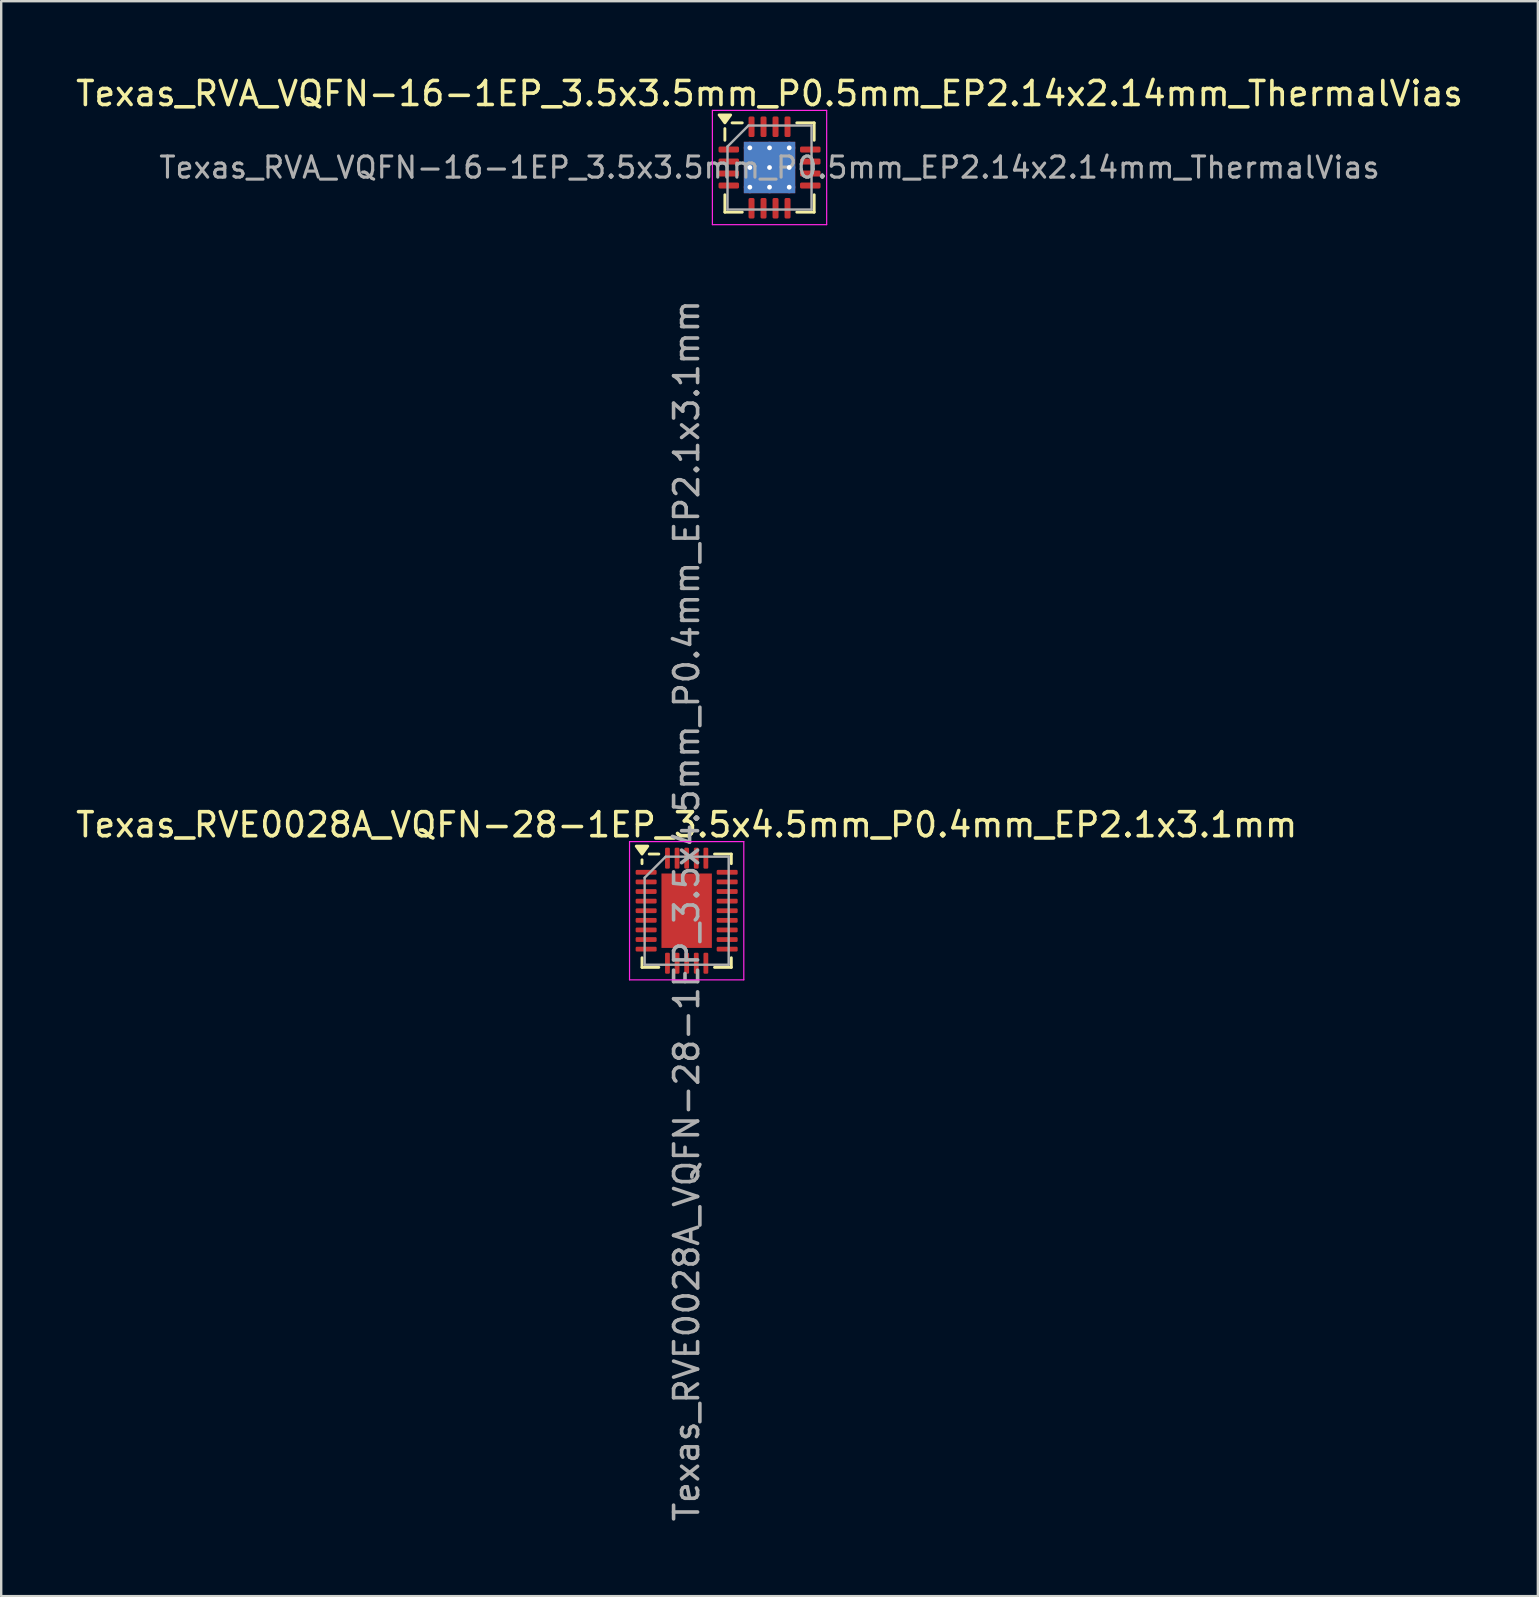
<source format=kicad_pcb>
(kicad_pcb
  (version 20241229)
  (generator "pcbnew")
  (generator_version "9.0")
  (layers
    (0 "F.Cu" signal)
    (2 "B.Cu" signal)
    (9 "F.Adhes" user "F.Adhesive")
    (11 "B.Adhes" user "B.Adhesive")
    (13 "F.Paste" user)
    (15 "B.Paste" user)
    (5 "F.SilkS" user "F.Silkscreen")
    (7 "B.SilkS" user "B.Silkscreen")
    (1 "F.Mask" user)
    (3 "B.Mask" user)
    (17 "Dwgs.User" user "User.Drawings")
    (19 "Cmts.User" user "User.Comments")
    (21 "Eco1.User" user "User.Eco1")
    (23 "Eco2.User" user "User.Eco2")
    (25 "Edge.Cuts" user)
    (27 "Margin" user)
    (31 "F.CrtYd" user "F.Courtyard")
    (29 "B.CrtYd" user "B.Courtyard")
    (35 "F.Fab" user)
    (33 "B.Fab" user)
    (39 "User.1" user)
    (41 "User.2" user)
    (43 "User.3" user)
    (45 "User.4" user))
  (footprint "Texas_RVA_VQFN-16-1EP_3.5x3.5mm_P0.5mm_EP2.14x2.14mm_ThermalVias"
    (layer "F.Cu")
    (at 29.006 3.928)
    (property "Reference" "Texas_RVA_VQFN-16-1EP_3.5x3.5mm_P0.5mm_EP2.14x2.14mm_ThermalVias" (at 0 -3.08 0) (layer "F.SilkS") (effects (font (size 1 1) (thickness 0.15))))
    (attr smd)
    (fp_line (start -1.86 -1.135) (end -1.86 -1.62) (stroke (width 0.12) (type solid)) (layer "F.SilkS"))
    (fp_line (start -1.86 1.86) (end -1.86 1.135) (stroke (width 0.12) (type solid)) (layer "F.SilkS"))
    (fp_line (start -1.135 -1.86) (end -1.56 -1.86) (stroke (width 0.12) (type solid)) (layer "F.SilkS"))
    (fp_line (start -1.135 1.86) (end -1.86 1.86) (stroke (width 0.12) (type solid)) (layer "F.SilkS"))
    (fp_line (start 1.135 -1.86) (end 1.86 -1.86) (stroke (width 0.12) (type solid)) (layer "F.SilkS"))
    (fp_line (start 1.135 1.86) (end 1.86 1.86) (stroke (width 0.12) (type solid)) (layer "F.SilkS"))
    (fp_line (start 1.86 -1.86) (end 1.86 -1.135) (stroke (width 0.12) (type solid)) (layer "F.SilkS"))
    (fp_line (start 1.86 1.86) (end 1.86 1.135) (stroke (width 0.12) (type solid)) (layer "F.SilkS"))
    (fp_poly (pts (xy -1.86 -1.86) (xy -2.1 -2.19) (xy -1.62 -2.19) (xy -1.86 -1.86)) (stroke (width 0.12) (type solid)) (fill yes) (layer "F.SilkS"))
    (fp_line (start -2.38 -2.38) (end -2.38 2.38) (stroke (width 0.05) (type solid)) (layer "F.CrtYd"))
    (fp_line (start -2.38 2.38) (end 2.38 2.38) (stroke (width 0.05) (type solid)) (layer "F.CrtYd"))
    (fp_line (start 2.38 -2.38) (end -2.38 -2.38) (stroke (width 0.05) (type solid)) (layer "F.CrtYd"))
    (fp_line (start 2.38 2.38) (end 2.38 -2.38) (stroke (width 0.05) (type solid)) (layer "F.CrtYd"))
    (fp_line (start -1.75 -0.875) (end -0.875 -1.75) (stroke (width 0.1) (type solid)) (layer "F.Fab"))
    (fp_line (start -1.75 1.75) (end -1.75 -0.875) (stroke (width 0.1) (type solid)) (layer "F.Fab"))
    (fp_line (start -0.875 -1.75) (end 1.75 -1.75) (stroke (width 0.1) (type solid)) (layer "F.Fab"))
    (fp_line (start 1.75 -1.75) (end 1.75 1.75) (stroke (width 0.1) (type solid)) (layer "F.Fab"))
    (fp_line (start 1.75 1.75) (end -1.75 1.75) (stroke (width 0.1) (type solid)) (layer "F.Fab"))
    (fp_text user "${REFERENCE}" (at 0 0 0) (layer "F.Fab") (effects (font (size 0.88 0.88) (thickness 0.13))))
    (pad "" smd custom (at -0.41 -0.41) (size 0.601 0.601) (layers "F.Paste") (options (anchor circle)) (primitives (gr_poly (pts (xy -0.223 -0.095) (xy -0.095 -0.223) (xy 0.095 -0.223) (xy 0.223 -0.095) (xy 0.223 0.095) (xy 0.095 0.223) (xy -0.095 0.223) (xy -0.223 0.095)) (width 0.31) (fill yes))))
    (pad "" smd custom (at -0.41 0.41) (size 0.601 0.601) (layers "F.Paste") (options (anchor circle)) (primitives (gr_poly (pts (xy -0.223 -0.095) (xy -0.095 -0.223) (xy 0.095 -0.223) (xy 0.223 -0.095) (xy 0.223 0.095) (xy 0.095 0.223) (xy -0.095 0.223) (xy -0.223 0.095)) (width 0.31) (fill yes))))
    (pad "" smd custom (at 0.41 -0.41) (size 0.601 0.601) (layers "F.Paste") (options (anchor circle)) (primitives (gr_poly (pts (xy -0.223 -0.095) (xy -0.095 -0.223) (xy 0.095 -0.223) (xy 0.223 -0.095) (xy 0.223 0.095) (xy 0.095 0.223) (xy -0.095 0.223) (xy -0.223 0.095)) (width 0.31) (fill yes))))
    (pad "" smd custom (at 0.41 0.41) (size 0.601 0.601) (layers "F.Paste") (options (anchor circle)) (primitives (gr_poly (pts (xy -0.223 -0.095) (xy -0.095 -0.223) (xy 0.095 -0.223) (xy 0.223 -0.095) (xy 0.223 0.095) (xy 0.095 0.223) (xy -0.095 0.223) (xy -0.223 0.095)) (width 0.31) (fill yes))))
    (pad "1" smd roundrect (at -1.698 -0.75) (size 0.855 0.25) (layers "F.Cu" "F.Mask" "F.Paste") (roundrect_rratio 0.25))
    (pad "2" smd roundrect (at -1.698 -0.25) (size 0.855 0.25) (layers "F.Cu" "F.Mask" "F.Paste") (roundrect_rratio 0.25))
    (pad "3" smd roundrect (at -1.698 0.25) (size 0.855 0.25) (layers "F.Cu" "F.Mask" "F.Paste") (roundrect_rratio 0.25))
    (pad "4" smd roundrect (at -1.698 0.75) (size 0.855 0.25) (layers "F.Cu" "F.Mask" "F.Paste") (roundrect_rratio 0.25))
    (pad "5" smd roundrect (at -0.75 1.698) (size 0.25 0.855) (layers "F.Cu" "F.Mask" "F.Paste") (roundrect_rratio 0.25))
    (pad "6" smd roundrect (at -0.25 1.698) (size 0.25 0.855) (layers "F.Cu" "F.Mask" "F.Paste") (roundrect_rratio 0.25))
    (pad "7" smd roundrect (at 0.25 1.698) (size 0.25 0.855) (layers "F.Cu" "F.Mask" "F.Paste") (roundrect_rratio 0.25))
    (pad "8" smd roundrect (at 0.75 1.698) (size 0.25 0.855) (layers "F.Cu" "F.Mask" "F.Paste") (roundrect_rratio 0.25))
    (pad "9" smd roundrect (at 1.698 0.75) (size 0.855 0.25) (layers "F.Cu" "F.Mask" "F.Paste") (roundrect_rratio 0.25))
    (pad "10" smd roundrect (at 1.698 0.25) (size 0.855 0.25) (layers "F.Cu" "F.Mask" "F.Paste") (roundrect_rratio 0.25))
    (pad "11" smd roundrect (at 1.698 -0.25) (size 0.855 0.25) (layers "F.Cu" "F.Mask" "F.Paste") (roundrect_rratio 0.25))
    (pad "12" smd roundrect (at 1.698 -0.75) (size 0.855 0.25) (layers "F.Cu" "F.Mask" "F.Paste") (roundrect_rratio 0.25))
    (pad "13" smd roundrect (at 0.75 -1.698) (size 0.25 0.855) (layers "F.Cu" "F.Mask" "F.Paste") (roundrect_rratio 0.25))
    (pad "14" smd roundrect (at 0.25 -1.698) (size 0.25 0.855) (layers "F.Cu" "F.Mask" "F.Paste") (roundrect_rratio 0.25))
    (pad "15" smd roundrect (at -0.25 -1.698) (size 0.25 0.855) (layers "F.Cu" "F.Mask" "F.Paste") (roundrect_rratio 0.25))
    (pad "16" smd roundrect (at -0.75 -1.698) (size 0.25 0.855) (layers "F.Cu" "F.Mask" "F.Paste") (roundrect_rratio 0.25))
    (pad "17" thru_hole circle (at -0.82 -0.82) (size 0.5 0.5) (drill 0.2) (property pad_prop_heatsink) (layers "*.Cu"))
    (pad "17" thru_hole circle (at -0.82 0) (size 0.5 0.5) (drill 0.2) (property pad_prop_heatsink) (layers "*.Cu"))
    (pad "17" thru_hole circle (at -0.82 0.82) (size 0.5 0.5) (drill 0.2) (property pad_prop_heatsink) (layers "*.Cu"))
    (pad "17" thru_hole circle (at 0 -0.82) (size 0.5 0.5) (drill 0.2) (property pad_prop_heatsink) (layers "*.Cu"))
    (pad "17" thru_hole circle (at 0 0) (size 0.5 0.5) (drill 0.2) (property pad_prop_heatsink) (layers "*.Cu"))
    (pad "17" smd rect (at 0 0) (size 2.14 2.14) (property pad_prop_heatsink) (layers "F.Cu" "F.Mask"))
    (pad "17" smd rect (at 0 0) (size 2.14 2.14) (property pad_prop_heatsink) (layers "B.Cu"))
    (pad "17" thru_hole circle (at 0 0.82) (size 0.5 0.5) (drill 0.2) (property pad_prop_heatsink) (layers "*.Cu"))
    (pad "17" thru_hole circle (at 0.82 -0.82) (size 0.5 0.5) (drill 0.2) (property pad_prop_heatsink) (layers "*.Cu"))
    (pad "17" thru_hole circle (at 0.82 0) (size 0.5 0.5) (drill 0.2) (property pad_prop_heatsink) (layers "*.Cu"))
    (pad "17" thru_hole circle (at 0.82 0.82) (size 0.5 0.5) (drill 0.2) (property pad_prop_heatsink) (layers "*.Cu")))
  (footprint "Texas_RVE0028A_VQFN-28-1EP_3.5x4.5mm_P0.4mm_EP2.1x3.1mm"
    (layer "F.Cu")
    (at 25.554 34.887)
    (property "Reference" "Texas_RVE0028A_VQFN-28-1EP_3.5x4.5mm_P0.4mm_EP2.1x3.1mm" (at 0 -3.58 0) (layer "F.SilkS") (effects (font (size 1 1) (thickness 0.15))))
    (attr smd)
    (fp_line (start -1.86 -1.96) (end -1.86 -2.12) (stroke (width 0.12) (type solid)) (layer "F.SilkS"))
    (fp_line (start -1.86 2.36) (end -1.86 1.96) (stroke (width 0.12) (type solid)) (layer "F.SilkS"))
    (fp_line (start -1.16 -2.36) (end -1.56 -2.36) (stroke (width 0.12) (type solid)) (layer "F.SilkS"))
    (fp_line (start -1.16 2.36) (end -1.86 2.36) (stroke (width 0.12) (type solid)) (layer "F.SilkS"))
    (fp_line (start 1.16 -2.36) (end 1.86 -2.36) (stroke (width 0.12) (type solid)) (layer "F.SilkS"))
    (fp_line (start 1.16 2.36) (end 1.86 2.36) (stroke (width 0.12) (type solid)) (layer "F.SilkS"))
    (fp_line (start 1.86 -2.36) (end 1.86 -1.96) (stroke (width 0.12) (type solid)) (layer "F.SilkS"))
    (fp_line (start 1.86 2.36) (end 1.86 1.96) (stroke (width 0.12) (type solid)) (layer "F.SilkS"))
    (fp_poly (pts (xy -1.86 -2.36) (xy -2.1 -2.69) (xy -1.62 -2.69) (xy -1.86 -2.36)) (stroke (width 0.12) (type solid)) (fill yes) (layer "F.SilkS"))
    (fp_line (start -2.38 -2.88) (end -2.38 2.88) (stroke (width 0.05) (type solid)) (layer "F.CrtYd"))
    (fp_line (start -2.38 2.88) (end 2.38 2.88) (stroke (width 0.05) (type solid)) (layer "F.CrtYd"))
    (fp_line (start 2.38 -2.88) (end -2.38 -2.88) (stroke (width 0.05) (type solid)) (layer "F.CrtYd"))
    (fp_line (start 2.38 2.88) (end 2.38 -2.88) (stroke (width 0.05) (type solid)) (layer "F.CrtYd"))
    (fp_line (start -1.75 -1.375) (end -0.875 -2.25) (stroke (width 0.1) (type solid)) (layer "F.Fab"))
    (fp_line (start -1.75 2.25) (end -1.75 -1.375) (stroke (width 0.1) (type solid)) (layer "F.Fab"))
    (fp_line (start -0.875 -2.25) (end 1.75 -2.25) (stroke (width 0.1) (type solid)) (layer "F.Fab"))
    (fp_line (start 1.75 -2.25) (end 1.75 2.25) (stroke (width 0.1) (type solid)) (layer "F.Fab"))
    (fp_line (start 1.75 2.25) (end -1.75 2.25) (stroke (width 0.1) (type solid)) (layer "F.Fab"))
    (fp_text user "${REFERENCE}" (at 0 0 90) (layer "F.Fab") (effects (font (size 1 1) (thickness 0.15))))
    (pad "" smd roundrect (at -0.525 -0.775) (size 0.85 1.25) (layers "F.Paste") (roundrect_rratio 0.25))
    (pad "" smd roundrect (at -0.525 0.775) (size 0.85 1.25) (layers "F.Paste") (roundrect_rratio 0.25))
    (pad "" smd roundrect (at 0.525 -0.775) (size 0.85 1.25) (layers "F.Paste") (roundrect_rratio 0.25))
    (pad "" smd roundrect (at 0.525 0.775) (size 0.85 1.25) (layers "F.Paste") (roundrect_rratio 0.25))
    (pad "1" smd roundrect (at -1.688 -1.6) (size 0.875 0.2) (layers "F.Cu" "F.Mask" "F.Paste") (roundrect_rratio 0.25))
    (pad "2" smd roundrect (at -1.688 -1.2) (size 0.875 0.2) (layers "F.Cu" "F.Mask" "F.Paste") (roundrect_rratio 0.25))
    (pad "3" smd roundrect (at -1.688 -0.8) (size 0.875 0.2) (layers "F.Cu" "F.Mask" "F.Paste") (roundrect_rratio 0.25))
    (pad "4" smd roundrect (at -1.688 -0.4) (size 0.875 0.2) (layers "F.Cu" "F.Mask" "F.Paste") (roundrect_rratio 0.25))
    (pad "5" smd roundrect (at -1.688 0) (size 0.875 0.2) (layers "F.Cu" "F.Mask" "F.Paste") (roundrect_rratio 0.25))
    (pad "6" smd roundrect (at -1.688 0.4) (size 0.875 0.2) (layers "F.Cu" "F.Mask" "F.Paste") (roundrect_rratio 0.25))
    (pad "7" smd roundrect (at -1.688 0.8) (size 0.875 0.2) (layers "F.Cu" "F.Mask" "F.Paste") (roundrect_rratio 0.25))
    (pad "8" smd roundrect (at -1.688 1.2) (size 0.875 0.2) (layers "F.Cu" "F.Mask" "F.Paste") (roundrect_rratio 0.25))
    (pad "9" smd roundrect (at -1.688 1.6) (size 0.875 0.2) (layers "F.Cu" "F.Mask" "F.Paste") (roundrect_rratio 0.25))
    (pad "10" smd roundrect (at -0.8 2.188) (size 0.2 0.875) (layers "F.Cu" "F.Mask" "F.Paste") (roundrect_rratio 0.25))
    (pad "11" smd roundrect (at -0.4 2.188) (size 0.2 0.875) (layers "F.Cu" "F.Mask" "F.Paste") (roundrect_rratio 0.25))
    (pad "12" smd roundrect (at 0 2.188) (size 0.2 0.875) (layers "F.Cu" "F.Mask" "F.Paste") (roundrect_rratio 0.25))
    (pad "13" smd roundrect (at 0.4 2.188) (size 0.2 0.875) (layers "F.Cu" "F.Mask" "F.Paste") (roundrect_rratio 0.25))
    (pad "14" smd roundrect (at 0.8 2.188) (size 0.2 0.875) (layers "F.Cu" "F.Mask" "F.Paste") (roundrect_rratio 0.25))
    (pad "15" smd roundrect (at 1.688 1.6) (size 0.875 0.2) (layers "F.Cu" "F.Mask" "F.Paste") (roundrect_rratio 0.25))
    (pad "16" smd roundrect (at 1.688 1.2) (size 0.875 0.2) (layers "F.Cu" "F.Mask" "F.Paste") (roundrect_rratio 0.25))
    (pad "17" smd roundrect (at 1.688 0.8) (size 0.875 0.2) (layers "F.Cu" "F.Mask" "F.Paste") (roundrect_rratio 0.25))
    (pad "18" smd roundrect (at 1.688 0.4) (size 0.875 0.2) (layers "F.Cu" "F.Mask" "F.Paste") (roundrect_rratio 0.25))
    (pad "19" smd roundrect (at 1.688 0) (size 0.875 0.2) (layers "F.Cu" "F.Mask" "F.Paste") (roundrect_rratio 0.25))
    (pad "20" smd roundrect (at 1.688 -0.4) (size 0.875 0.2) (layers "F.Cu" "F.Mask" "F.Paste") (roundrect_rratio 0.25))
    (pad "21" smd roundrect (at 1.688 -0.8) (size 0.875 0.2) (layers "F.Cu" "F.Mask" "F.Paste") (roundrect_rratio 0.25))
    (pad "22" smd roundrect (at 1.688 -1.2) (size 0.875 0.2) (layers "F.Cu" "F.Mask" "F.Paste") (roundrect_rratio 0.25))
    (pad "23" smd roundrect (at 1.688 -1.6) (size 0.875 0.2) (layers "F.Cu" "F.Mask" "F.Paste") (roundrect_rratio 0.25))
    (pad "24" smd roundrect (at 0.8 -2.188) (size 0.2 0.875) (layers "F.Cu" "F.Mask" "F.Paste") (roundrect_rratio 0.25))
    (pad "25" smd roundrect (at 0.4 -2.188) (size 0.2 0.875) (layers "F.Cu" "F.Mask" "F.Paste") (roundrect_rratio 0.25))
    (pad "26" smd roundrect (at 0 -2.188) (size 0.2 0.875) (layers "F.Cu" "F.Mask" "F.Paste") (roundrect_rratio 0.25))
    (pad "27" smd roundrect (at -0.4 -2.188) (size 0.2 0.875) (layers "F.Cu" "F.Mask" "F.Paste") (roundrect_rratio 0.25))
    (pad "28" smd roundrect (at -0.8 -2.188) (size 0.2 0.875) (layers "F.Cu" "F.Mask" "F.Paste") (roundrect_rratio 0.25))
    (pad "29" smd rect (at 0 0) (size 2.1 3.1) (property pad_prop_heatsink) (layers "F.Cu" "F.Mask")))
  (gr_rect
    (start -3 -3)
    (end 61.012 63.44)
    (stroke (width 0.1) (type default))
    (fill no)
    (layer "Edge.Cuts")))
</source>
